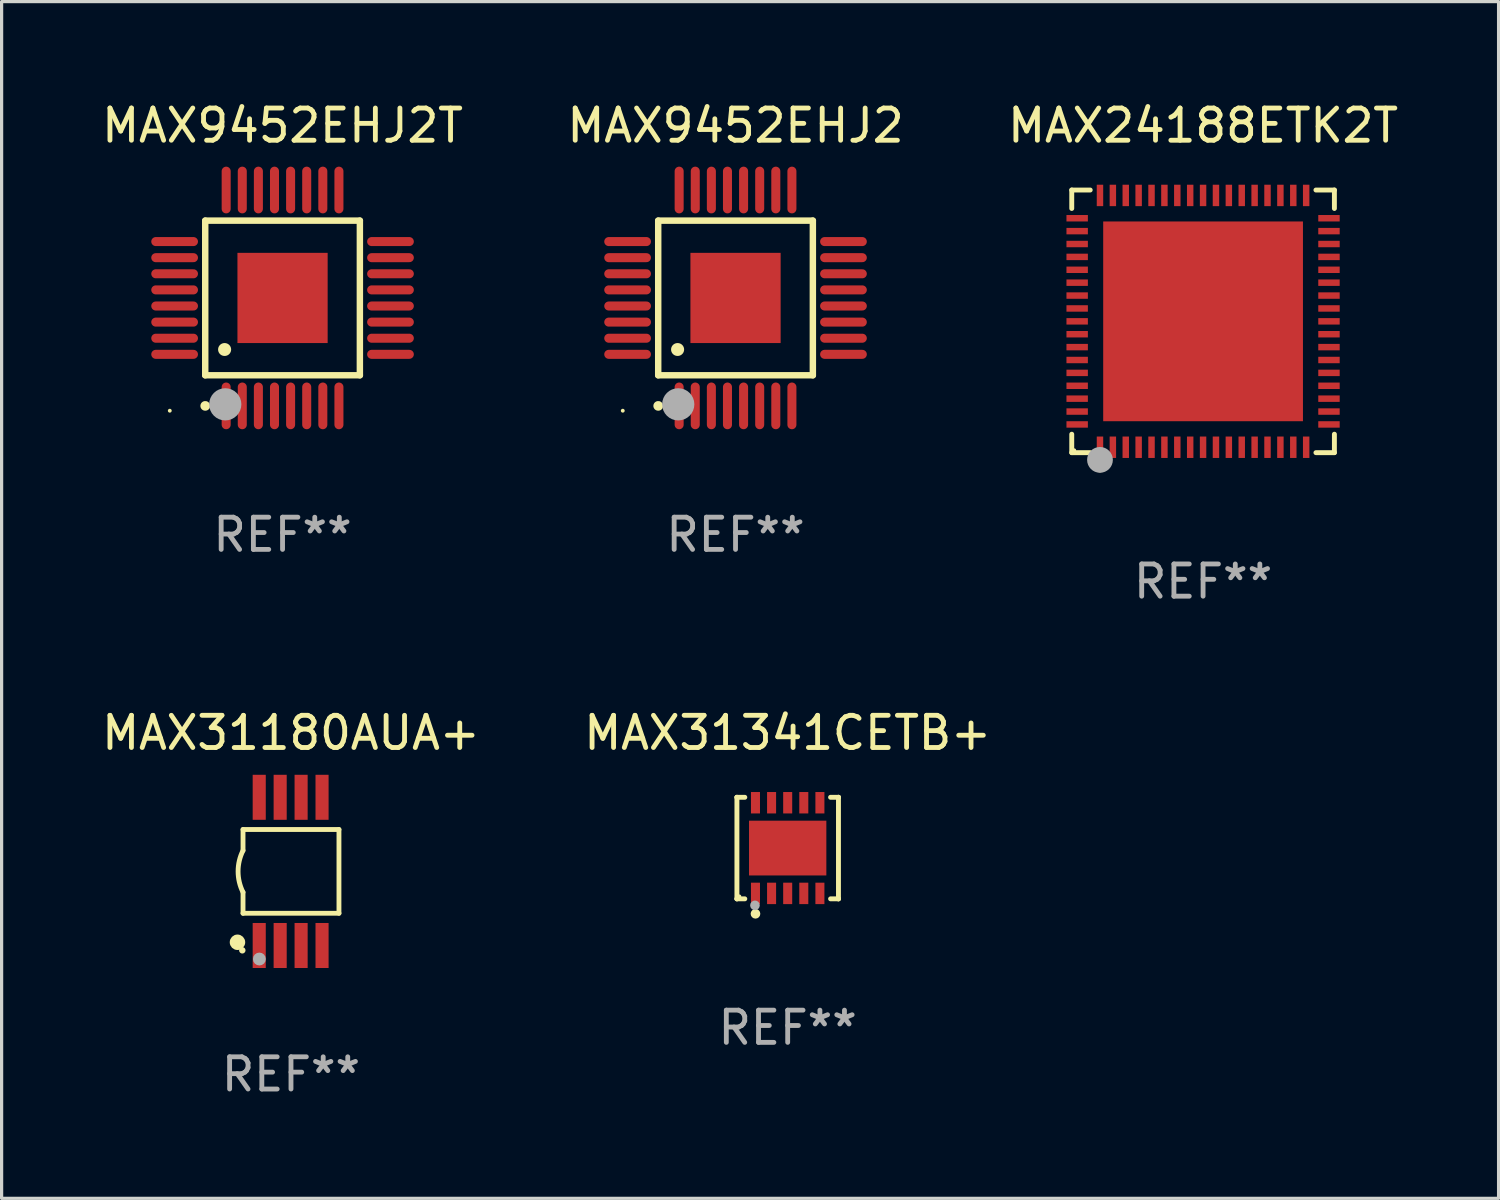
<source format=kicad_pcb>
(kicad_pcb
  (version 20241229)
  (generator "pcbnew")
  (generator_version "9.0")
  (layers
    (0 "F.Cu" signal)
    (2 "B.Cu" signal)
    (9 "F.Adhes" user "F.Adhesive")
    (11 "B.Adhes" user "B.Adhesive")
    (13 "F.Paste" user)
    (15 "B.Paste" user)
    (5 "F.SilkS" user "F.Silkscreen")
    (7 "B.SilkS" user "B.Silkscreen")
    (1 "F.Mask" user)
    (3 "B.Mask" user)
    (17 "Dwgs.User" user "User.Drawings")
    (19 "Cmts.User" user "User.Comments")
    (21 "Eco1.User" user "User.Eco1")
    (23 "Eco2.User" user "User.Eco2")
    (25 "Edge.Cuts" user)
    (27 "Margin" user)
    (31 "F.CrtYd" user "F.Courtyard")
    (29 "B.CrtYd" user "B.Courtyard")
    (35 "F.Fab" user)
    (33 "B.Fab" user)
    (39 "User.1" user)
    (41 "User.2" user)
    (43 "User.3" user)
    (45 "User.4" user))
  (footprint "MAX24188ETK2T"
    (layer "F.Cu")
    (at 34.292 6.924)
    (property "Reference" "MAX24188ETK2T" (at 0 -6.076 0) (layer "F.SilkS") (effects (font (size 1 1) (thickness 0.15))))
    (attr through_hole)
    (fp_line (start -4.076 -4.076) (end -3.503 -4.076) (stroke (width 0.152) (type solid)) (layer "F.SilkS"))
    (fp_line (start -4.076 -3.503) (end -4.076 -4.076) (stroke (width 0.152) (type solid)) (layer "F.SilkS"))
    (fp_line (start -4.076 3.503) (end -4.076 4.076) (stroke (width 0.152) (type solid)) (layer "F.SilkS"))
    (fp_line (start -4.076 4.076) (end -3.503 4.076) (stroke (width 0.152) (type solid)) (layer "F.SilkS"))
    (fp_line (start 4.076 -4.076) (end 3.503 -4.076) (stroke (width 0.152) (type solid)) (layer "F.SilkS"))
    (fp_line (start 4.076 -3.503) (end 4.076 -4.076) (stroke (width 0.152) (type solid)) (layer "F.SilkS"))
    (fp_line (start 4.076 3.503) (end 4.076 4.076) (stroke (width 0.152) (type solid)) (layer "F.SilkS"))
    (fp_line (start 4.076 4.076) (end 3.503 4.076) (stroke (width 0.152) (type solid)) (layer "F.SilkS"))
    (fp_circle (center -4 4) (end -3.97 4) (stroke (width 0.06) (type solid)) (fill no) (layer "F.SilkS"))
    (fp_circle (center -3.2 4.54) (end -3.125 4.54) (stroke (width 0.15) (type solid)) (fill no) (layer "F.SilkS"))
    (fp_circle (center -3.2 4.3) (end -3 4.3) (stroke (width 0.4) (type solid)) (fill no) (layer "F.Fab"))
    (fp_text user "REF**" (at 0 8.076 0) (layer "F.Fab") (effects (font (size 1 1) (thickness 0.15))))
    (pad "1" smd rect (at -3.2 3.908) (size 0.2 0.665) (layers "F.Cu" "F.Mask" "F.Paste"))
    (pad "2" smd rect (at -2.8 3.908) (size 0.2 0.665) (layers "F.Cu" "F.Mask" "F.Paste"))
    (pad "3" smd rect (at -2.4 3.908) (size 0.2 0.665) (layers "F.Cu" "F.Mask" "F.Paste"))
    (pad "4" smd rect (at -2 3.908) (size 0.2 0.665) (layers "F.Cu" "F.Mask" "F.Paste"))
    (pad "5" smd rect (at -1.6 3.908) (size 0.2 0.665) (layers "F.Cu" "F.Mask" "F.Paste"))
    (pad "6" smd rect (at -1.2 3.908) (size 0.2 0.665) (layers "F.Cu" "F.Mask" "F.Paste"))
    (pad "7" smd rect (at -0.8 3.908) (size 0.2 0.665) (layers "F.Cu" "F.Mask" "F.Paste"))
    (pad "8" smd rect (at -0.4 3.908) (size 0.2 0.665) (layers "F.Cu" "F.Mask" "F.Paste"))
    (pad "9" smd rect (at 0 3.908) (size 0.2 0.665) (layers "F.Cu" "F.Mask" "F.Paste"))
    (pad "10" smd rect (at 0.4 3.908) (size 0.2 0.665) (layers "F.Cu" "F.Mask" "F.Paste"))
    (pad "11" smd rect (at 0.8 3.908) (size 0.2 0.665) (layers "F.Cu" "F.Mask" "F.Paste"))
    (pad "12" smd rect (at 1.2 3.908) (size 0.2 0.665) (layers "F.Cu" "F.Mask" "F.Paste"))
    (pad "13" smd rect (at 1.6 3.908) (size 0.2 0.665) (layers "F.Cu" "F.Mask" "F.Paste"))
    (pad "14" smd rect (at 2 3.908) (size 0.2 0.665) (layers "F.Cu" "F.Mask" "F.Paste"))
    (pad "15" smd rect (at 2.4 3.908) (size 0.2 0.665) (layers "F.Cu" "F.Mask" "F.Paste"))
    (pad "16" smd rect (at 2.8 3.908) (size 0.2 0.665) (layers "F.Cu" "F.Mask" "F.Paste"))
    (pad "17" smd rect (at 3.2 3.908) (size 0.2 0.665) (layers "F.Cu" "F.Mask" "F.Paste"))
    (pad "18" smd rect (at 3.908 3.2) (size 0.665 0.2) (layers "F.Cu" "F.Mask" "F.Paste"))
    (pad "19" smd rect (at 3.908 2.8) (size 0.665 0.2) (layers "F.Cu" "F.Mask" "F.Paste"))
    (pad "20" smd rect (at 3.908 2.4) (size 0.665 0.2) (layers "F.Cu" "F.Mask" "F.Paste"))
    (pad "21" smd rect (at 3.908 2) (size 0.665 0.2) (layers "F.Cu" "F.Mask" "F.Paste"))
    (pad "22" smd rect (at 3.908 1.6) (size 0.665 0.2) (layers "F.Cu" "F.Mask" "F.Paste"))
    (pad "23" smd rect (at 3.908 1.2) (size 0.665 0.2) (layers "F.Cu" "F.Mask" "F.Paste"))
    (pad "24" smd rect (at 3.908 0.8) (size 0.665 0.2) (layers "F.Cu" "F.Mask" "F.Paste"))
    (pad "25" smd rect (at 3.908 0.4) (size 0.665 0.2) (layers "F.Cu" "F.Mask" "F.Paste"))
    (pad "26" smd rect (at 3.908 0) (size 0.665 0.2) (layers "F.Cu" "F.Mask" "F.Paste"))
    (pad "27" smd rect (at 3.908 -0.4) (size 0.665 0.2) (layers "F.Cu" "F.Mask" "F.Paste"))
    (pad "28" smd rect (at 3.908 -0.8) (size 0.665 0.2) (layers "F.Cu" "F.Mask" "F.Paste"))
    (pad "29" smd rect (at 3.908 -1.2) (size 0.665 0.2) (layers "F.Cu" "F.Mask" "F.Paste"))
    (pad "30" smd rect (at 3.908 -1.6) (size 0.665 0.2) (layers "F.Cu" "F.Mask" "F.Paste"))
    (pad "31" smd rect (at 3.908 -2) (size 0.665 0.2) (layers "F.Cu" "F.Mask" "F.Paste"))
    (pad "32" smd rect (at 3.908 -2.4) (size 0.665 0.2) (layers "F.Cu" "F.Mask" "F.Paste"))
    (pad "33" smd rect (at 3.908 -2.8) (size 0.665 0.2) (layers "F.Cu" "F.Mask" "F.Paste"))
    (pad "34" smd rect (at 3.908 -3.2) (size 0.665 0.2) (layers "F.Cu" "F.Mask" "F.Paste"))
    (pad "35" smd rect (at 3.2 -3.908) (size 0.2 0.665) (layers "F.Cu" "F.Mask" "F.Paste"))
    (pad "36" smd rect (at 2.8 -3.908) (size 0.2 0.665) (layers "F.Cu" "F.Mask" "F.Paste"))
    (pad "37" smd rect (at 2.4 -3.908) (size 0.2 0.665) (layers "F.Cu" "F.Mask" "F.Paste"))
    (pad "38" smd rect (at 2 -3.908) (size 0.2 0.665) (layers "F.Cu" "F.Mask" "F.Paste"))
    (pad "39" smd rect (at 1.6 -3.908) (size 0.2 0.665) (layers "F.Cu" "F.Mask" "F.Paste"))
    (pad "40" smd rect (at 1.2 -3.908) (size 0.2 0.665) (layers "F.Cu" "F.Mask" "F.Paste"))
    (pad "41" smd rect (at 0.8 -3.908) (size 0.2 0.665) (layers "F.Cu" "F.Mask" "F.Paste"))
    (pad "42" smd rect (at 0.4 -3.908) (size 0.2 0.665) (layers "F.Cu" "F.Mask" "F.Paste"))
    (pad "43" smd rect (at 0 -3.908) (size 0.2 0.665) (layers "F.Cu" "F.Mask" "F.Paste"))
    (pad "44" smd rect (at -0.4 -3.908) (size 0.2 0.665) (layers "F.Cu" "F.Mask" "F.Paste"))
    (pad "45" smd rect (at -0.8 -3.908) (size 0.2 0.665) (layers "F.Cu" "F.Mask" "F.Paste"))
    (pad "46" smd rect (at -1.2 -3.908) (size 0.2 0.665) (layers "F.Cu" "F.Mask" "F.Paste"))
    (pad "47" smd rect (at -1.6 -3.908) (size 0.2 0.665) (layers "F.Cu" "F.Mask" "F.Paste"))
    (pad "48" smd rect (at -2 -3.908) (size 0.2 0.665) (layers "F.Cu" "F.Mask" "F.Paste"))
    (pad "49" smd rect (at -2.4 -3.908) (size 0.2 0.665) (layers "F.Cu" "F.Mask" "F.Paste"))
    (pad "50" smd rect (at -2.8 -3.908) (size 0.2 0.665) (layers "F.Cu" "F.Mask" "F.Paste"))
    (pad "51" smd rect (at -3.2 -3.908) (size 0.2 0.665) (layers "F.Cu" "F.Mask" "F.Paste"))
    (pad "52" smd rect (at -3.908 -3.2) (size 0.665 0.2) (layers "F.Cu" "F.Mask" "F.Paste"))
    (pad "53" smd rect (at -3.908 -2.8) (size 0.665 0.2) (layers "F.Cu" "F.Mask" "F.Paste"))
    (pad "54" smd rect (at -3.908 -2.4) (size 0.665 0.2) (layers "F.Cu" "F.Mask" "F.Paste"))
    (pad "55" smd rect (at -3.908 -2) (size 0.665 0.2) (layers "F.Cu" "F.Mask" "F.Paste"))
    (pad "56" smd rect (at -3.908 -1.6) (size 0.665 0.2) (layers "F.Cu" "F.Mask" "F.Paste"))
    (pad "57" smd rect (at -3.908 -1.2) (size 0.665 0.2) (layers "F.Cu" "F.Mask" "F.Paste"))
    (pad "58" smd rect (at -3.908 -0.8) (size 0.665 0.2) (layers "F.Cu" "F.Mask" "F.Paste"))
    (pad "59" smd rect (at -3.908 -0.4) (size 0.665 0.2) (layers "F.Cu" "F.Mask" "F.Paste"))
    (pad "60" smd rect (at -3.908 0) (size 0.665 0.2) (layers "F.Cu" "F.Mask" "F.Paste"))
    (pad "61" smd rect (at -3.908 0.4) (size 0.665 0.2) (layers "F.Cu" "F.Mask" "F.Paste"))
    (pad "62" smd rect (at -3.908 0.8) (size 0.665 0.2) (layers "F.Cu" "F.Mask" "F.Paste"))
    (pad "63" smd rect (at -3.908 1.2) (size 0.665 0.2) (layers "F.Cu" "F.Mask" "F.Paste"))
    (pad "64" smd rect (at -3.908 1.6) (size 0.665 0.2) (layers "F.Cu" "F.Mask" "F.Paste"))
    (pad "65" smd rect (at -3.908 2) (size 0.665 0.2) (layers "F.Cu" "F.Mask" "F.Paste"))
    (pad "66" smd rect (at -3.908 2.4) (size 0.665 0.2) (layers "F.Cu" "F.Mask" "F.Paste"))
    (pad "67" smd rect (at -3.908 2.8) (size 0.665 0.2) (layers "F.Cu" "F.Mask" "F.Paste"))
    (pad "68" smd rect (at -3.908 3.2) (size 0.665 0.2) (layers "F.Cu" "F.Mask" "F.Paste"))
    (pad "69" smd rect (at 0 0) (size 6.2 6.2) (layers "F.Cu" "F.Mask" "F.Paste")))
  (footprint "MAX31341CETB+"
    (layer "F.Cu")
    (at 21.399 23.273)
    (property "Reference" "MAX31341CETB+" (at 0 -3.576 0) (layer "F.SilkS") (effects (font (size 1 1) (thickness 0.15))))
    (attr through_hole)
    (fp_line (start -1.576 -1.576) (end -1.576 -1.576) (stroke (width 0.152) (type solid)) (layer "F.SilkS"))
    (fp_line (start -1.576 -1.576) (end -1.331 -1.576) (stroke (width 0.152) (type solid)) (layer "F.SilkS"))
    (fp_line (start -1.576 1.576) (end -1.576 -1.576) (stroke (width 0.152) (type solid)) (layer "F.SilkS"))
    (fp_line (start -1.576 1.576) (end -1.576 1.576) (stroke (width 0.152) (type solid)) (layer "F.SilkS"))
    (fp_line (start -1.331 1.576) (end -1.576 1.576) (stroke (width 0.152) (type solid)) (layer "F.SilkS"))
    (fp_line (start 1.331 1.576) (end 1.576 1.576) (stroke (width 0.152) (type solid)) (layer "F.SilkS"))
    (fp_line (start 1.576 -1.576) (end 1.331 -1.576) (stroke (width 0.152) (type solid)) (layer "F.SilkS"))
    (fp_line (start 1.576 -1.576) (end 1.576 -1.576) (stroke (width 0.152) (type solid)) (layer "F.SilkS"))
    (fp_line (start 1.576 1.576) (end 1.576 -1.576) (stroke (width 0.152) (type solid)) (layer "F.SilkS"))
    (fp_line (start 1.576 1.576) (end 1.576 1.576) (stroke (width 0.152) (type solid)) (layer "F.SilkS"))
    (fp_circle (center -1.5 1.5) (end -1.47 1.5) (stroke (width 0.06) (type solid)) (fill no) (layer "F.SilkS"))
    (fp_circle (center -1 2.04) (end -0.925 2.04) (stroke (width 0.15) (type solid)) (fill no) (layer "F.SilkS"))
    (fp_circle (center -1.016 1.778) (end -0.941 1.778) (stroke (width 0.15) (type solid)) (fill no) (layer "F.Fab"))
    (fp_text user "REF**" (at 0 5.576 0) (layer "F.Fab") (effects (font (size 1 1) (thickness 0.15))))
    (pad "1" smd rect (at -1 1.407) (size 0.28 0.665) (layers "F.Cu" "F.Mask" "F.Paste"))
    (pad "2" smd rect (at -0.5 1.407) (size 0.28 0.665) (layers "F.Cu" "F.Mask" "F.Paste"))
    (pad "3" smd rect (at 0 1.407) (size 0.28 0.665) (layers "F.Cu" "F.Mask" "F.Paste"))
    (pad "4" smd rect (at 0.5 1.407) (size 0.28 0.665) (layers "F.Cu" "F.Mask" "F.Paste"))
    (pad "5" smd rect (at 1 1.407) (size 0.28 0.665) (layers "F.Cu" "F.Mask" "F.Paste"))
    (pad "6" smd rect (at 1 -1.407) (size 0.28 0.665) (layers "F.Cu" "F.Mask" "F.Paste"))
    (pad "7" smd rect (at 0.5 -1.407) (size 0.28 0.665) (layers "F.Cu" "F.Mask" "F.Paste"))
    (pad "8" smd rect (at 0 -1.407) (size 0.28 0.665) (layers "F.Cu" "F.Mask" "F.Paste"))
    (pad "9" smd rect (at -0.5 -1.407) (size 0.28 0.665) (layers "F.Cu" "F.Mask" "F.Paste"))
    (pad "10" smd rect (at -1 -1.407) (size 0.28 0.665) (layers "F.Cu" "F.Mask" "F.Paste"))
    (pad "11" smd rect (at 0 0) (size 2.4 1.7) (layers "F.Cu" "F.Mask" "F.Paste")))
  (footprint "MAX9452EHJ2T"
    (layer "F.Cu")
    (at 5.72 6.198)
    (property "Reference" "MAX9452EHJ2T" (at 0 -5.35 0) (layer "F.SilkS") (effects (font (size 1 1) (thickness 0.15))))
    (attr through_hole)
    (fp_line (start -2.4 -2.4) (end -2.4 2.4) (stroke (width 0.2) (type solid)) (layer "F.SilkS"))
    (fp_line (start -2.4 2.4) (end 2.4 2.4) (stroke (width 0.2) (type solid)) (layer "F.SilkS"))
    (fp_line (start 2.4 -2.4) (end -2.4 -2.4) (stroke (width 0.2) (type solid)) (layer "F.SilkS"))
    (fp_line (start 2.4 2.4) (end 2.4 -2.4) (stroke (width 0.2) (type solid)) (layer "F.SilkS"))
    (fp_arc (start -2.400305 3.350267) (mid -2.399035 3.350262) (end -2.397765 3.350267) (stroke (width 0.3) (type solid)) (layer "F.SilkS"))
    (fp_arc (start -1.800864 1.600203) (mid -1.798324 1.600187) (end -1.795784 1.600203) (stroke (width 0.4) (type solid)) (layer "F.SilkS"))
    (fp_circle (center -3.5 3.5) (end -3.47 3.5) (stroke (width 0.06) (type solid)) (fill no) (layer "F.SilkS"))
    (fp_circle (center -1.778 3.302) (end -1.528 3.302) (stroke (width 0.5) (type solid)) (fill no) (layer "F.Fab"))
    (fp_text user "REF**" (at 0 7.35 0) (layer "F.Fab") (effects (font (size 1 1) (thickness 0.15))))
    (pad "1" smd oval (at -1.75 3.35 90) (size 1.45 0.28) (layers "F.Cu" "F.Mask" "F.Paste"))
    (pad "2" smd oval (at -1.25 3.35 90) (size 1.45 0.28) (layers "F.Cu" "F.Mask" "F.Paste"))
    (pad "3" smd oval (at -0.75 3.35 90) (size 1.45 0.28) (layers "F.Cu" "F.Mask" "F.Paste"))
    (pad "4" smd oval (at -0.25 3.35 90) (size 1.45 0.28) (layers "F.Cu" "F.Mask" "F.Paste"))
    (pad "5" smd oval (at 0.25 3.35 90) (size 1.45 0.28) (layers "F.Cu" "F.Mask" "F.Paste"))
    (pad "6" smd oval (at 0.75 3.35 90) (size 1.45 0.28) (layers "F.Cu" "F.Mask" "F.Paste"))
    (pad "7" smd oval (at 1.25 3.35 90) (size 1.45 0.28) (layers "F.Cu" "F.Mask" "F.Paste"))
    (pad "8" smd oval (at 1.75 3.35 90) (size 1.45 0.28) (layers "F.Cu" "F.Mask" "F.Paste"))
    (pad "9" smd oval (at 3.35 1.75 180) (size 1.45 0.28) (layers "F.Cu" "F.Mask" "F.Paste"))
    (pad "10" smd oval (at 3.35 1.25 180) (size 1.45 0.28) (layers "F.Cu" "F.Mask" "F.Paste"))
    (pad "11" smd oval (at 3.35 0.75 180) (size 1.45 0.28) (layers "F.Cu" "F.Mask" "F.Paste"))
    (pad "12" smd oval (at 3.35 0.25 180) (size 1.45 0.28) (layers "F.Cu" "F.Mask" "F.Paste"))
    (pad "13" smd oval (at 3.35 -0.25 180) (size 1.45 0.28) (layers "F.Cu" "F.Mask" "F.Paste"))
    (pad "14" smd oval (at 3.35 -0.75 180) (size 1.45 0.28) (layers "F.Cu" "F.Mask" "F.Paste"))
    (pad "15" smd oval (at 3.35 -1.25 180) (size 1.45 0.28) (layers "F.Cu" "F.Mask" "F.Paste"))
    (pad "16" smd oval (at 3.35 -1.75 180) (size 1.45 0.28) (layers "F.Cu" "F.Mask" "F.Paste"))
    (pad "17" smd oval (at 1.75 -3.35 270) (size 1.45 0.28) (layers "F.Cu" "F.Mask" "F.Paste"))
    (pad "18" smd oval (at 1.25 -3.35 270) (size 1.45 0.28) (layers "F.Cu" "F.Mask" "F.Paste"))
    (pad "19" smd oval (at 0.75 -3.35 270) (size 1.45 0.28) (layers "F.Cu" "F.Mask" "F.Paste"))
    (pad "20" smd oval (at 0.25 -3.35 270) (size 1.45 0.28) (layers "F.Cu" "F.Mask" "F.Paste"))
    (pad "21" smd oval (at -0.25 -3.35 270) (size 1.45 0.28) (layers "F.Cu" "F.Mask" "F.Paste"))
    (pad "22" smd oval (at -0.75 -3.35 270) (size 1.45 0.28) (layers "F.Cu" "F.Mask" "F.Paste"))
    (pad "23" smd oval (at -1.25 -3.35 270) (size 1.45 0.28) (layers "F.Cu" "F.Mask" "F.Paste"))
    (pad "24" smd oval (at -1.75 -3.35 270) (size 1.45 0.28) (layers "F.Cu" "F.Mask" "F.Paste"))
    (pad "25" smd oval (at -3.35 -1.75) (size 1.45 0.28) (layers "F.Cu" "F.Mask" "F.Paste"))
    (pad "26" smd oval (at -3.35 -1.25) (size 1.45 0.28) (layers "F.Cu" "F.Mask" "F.Paste"))
    (pad "27" smd oval (at -3.35 -0.75) (size 1.45 0.28) (layers "F.Cu" "F.Mask" "F.Paste"))
    (pad "28" smd oval (at -3.35 -0.25) (size 1.45 0.28) (layers "F.Cu" "F.Mask" "F.Paste"))
    (pad "29" smd oval (at -3.35 0.25) (size 1.45 0.28) (layers "F.Cu" "F.Mask" "F.Paste"))
    (pad "30" smd oval (at -3.35 0.75) (size 1.45 0.28) (layers "F.Cu" "F.Mask" "F.Paste"))
    (pad "31" smd oval (at -3.35 1.25) (size 1.45 0.28) (layers "F.Cu" "F.Mask" "F.Paste"))
    (pad "32" smd oval (at -3.35 1.75) (size 1.45 0.28) (layers "F.Cu" "F.Mask" "F.Paste"))
    (pad "33" smd rect (at 0 0) (size 2.8 2.8) (layers "F.Cu" "F.Mask" "F.Paste")))
  (footprint "MAX31180AUA+"
    (layer "F.Cu")
    (at 5.982 23.997)
    (property "Reference" "MAX31180AUA+" (at 0 -4.3 0) (layer "F.SilkS") (effects (font (size 1 1) (thickness 0.15))))
    (attr through_hole)
    (fp_line (start -1.489 -1.3) (end -1.489 -0.648) (stroke (width 0.15) (type solid)) (layer "F.SilkS"))
    (fp_line (start -1.489 0.648) (end -1.489 1.3) (stroke (width 0.15) (type solid)) (layer "F.SilkS"))
    (fp_line (start -1.489 1.3) (end 1.489 1.3) (stroke (width 0.15) (type solid)) (layer "F.SilkS"))
    (fp_line (start 1.489 -1.3) (end -1.489 -1.3) (stroke (width 0.15) (type solid)) (layer "F.SilkS"))
    (fp_line (start 1.489 1.3) (end 1.489 -1.3) (stroke (width 0.15) (type solid)) (layer "F.SilkS"))
    (fp_arc (start -1.489205 0.647702) (mid -1.642107 0) (end -1.489205 -0.647701) (stroke (width 0.150013) (type solid)) (layer "F.SilkS"))
    (fp_circle (center -1.661 2.2) (end -1.541 2.2) (stroke (width 0.24) (type solid)) (fill no) (layer "F.SilkS"))
    (fp_circle (center -1.511 2.45) (end -1.461 2.45) (stroke (width 0.1) (type solid)) (fill no) (layer "F.SilkS"))
    (fp_circle (center -0.981 2.72) (end -0.881 2.72) (stroke (width 0.2) (type solid)) (fill no) (layer "F.Fab"))
    (fp_text user "REF**" (at 0 6.3 0) (layer "F.Fab") (effects (font (size 1 1) (thickness 0.15))))
    (pad "1" smd rect (at -0.986 2.3) (size 0.406 1.397) (layers "F.Cu" "F.Mask" "F.Paste"))
    (pad "2" smd rect (at -0.336 2.3) (size 0.406 1.397) (layers "F.Cu" "F.Mask" "F.Paste"))
    (pad "3" smd rect (at 0.314 2.3) (size 0.406 1.397) (layers "F.Cu" "F.Mask" "F.Paste"))
    (pad "4" smd rect (at 0.964 2.3) (size 0.406 1.397) (layers "F.Cu" "F.Mask" "F.Paste"))
    (pad "5" smd rect (at 0.964 -2.3) (size 0.406 1.397) (layers "F.Cu" "F.Mask" "F.Paste"))
    (pad "6" smd rect (at 0.314 -2.3) (size 0.406 1.397) (layers "F.Cu" "F.Mask" "F.Paste"))
    (pad "7" smd rect (at -0.336 -2.3) (size 0.406 1.397) (layers "F.Cu" "F.Mask" "F.Paste"))
    (pad "8" smd rect (at -0.986 -2.3) (size 0.406 1.397) (layers "F.Cu" "F.Mask" "F.Paste")))
  (footprint "MAX9452EHJ2"
    (layer "F.Cu")
    (at 19.78 6.198)
    (property "Reference" "MAX9452EHJ2" (at 0 -5.35 0) (layer "F.SilkS") (effects (font (size 1 1) (thickness 0.15))))
    (attr through_hole)
    (fp_line (start -2.4 -2.4) (end -2.4 2.4) (stroke (width 0.2) (type solid)) (layer "F.SilkS"))
    (fp_line (start -2.4 2.4) (end 2.4 2.4) (stroke (width 0.2) (type solid)) (layer "F.SilkS"))
    (fp_line (start 2.4 -2.4) (end -2.4 -2.4) (stroke (width 0.2) (type solid)) (layer "F.SilkS"))
    (fp_line (start 2.4 2.4) (end 2.4 -2.4) (stroke (width 0.2) (type solid)) (layer "F.SilkS"))
    (fp_arc (start -2.400305 3.350267) (mid -2.399035 3.350262) (end -2.397765 3.350267) (stroke (width 0.3) (type solid)) (layer "F.SilkS"))
    (fp_arc (start -1.800864 1.600203) (mid -1.798324 1.600187) (end -1.795784 1.600203) (stroke (width 0.4) (type solid)) (layer "F.SilkS"))
    (fp_circle (center -3.5 3.5) (end -3.47 3.5) (stroke (width 0.06) (type solid)) (fill no) (layer "F.SilkS"))
    (fp_circle (center -1.778 3.302) (end -1.528 3.302) (stroke (width 0.5) (type solid)) (fill no) (layer "F.Fab"))
    (fp_text user "REF**" (at 0 7.35 0) (layer "F.Fab") (effects (font (size 1 1) (thickness 0.15))))
    (pad "1" smd oval (at -1.75 3.35 90) (size 1.45 0.28) (layers "F.Cu" "F.Mask" "F.Paste"))
    (pad "2" smd oval (at -1.25 3.35 90) (size 1.45 0.28) (layers "F.Cu" "F.Mask" "F.Paste"))
    (pad "3" smd oval (at -0.75 3.35 90) (size 1.45 0.28) (layers "F.Cu" "F.Mask" "F.Paste"))
    (pad "4" smd oval (at -0.25 3.35 90) (size 1.45 0.28) (layers "F.Cu" "F.Mask" "F.Paste"))
    (pad "5" smd oval (at 0.25 3.35 90) (size 1.45 0.28) (layers "F.Cu" "F.Mask" "F.Paste"))
    (pad "6" smd oval (at 0.75 3.35 90) (size 1.45 0.28) (layers "F.Cu" "F.Mask" "F.Paste"))
    (pad "7" smd oval (at 1.25 3.35 90) (size 1.45 0.28) (layers "F.Cu" "F.Mask" "F.Paste"))
    (pad "8" smd oval (at 1.75 3.35 90) (size 1.45 0.28) (layers "F.Cu" "F.Mask" "F.Paste"))
    (pad "9" smd oval (at 3.35 1.75 180) (size 1.45 0.28) (layers "F.Cu" "F.Mask" "F.Paste"))
    (pad "10" smd oval (at 3.35 1.25 180) (size 1.45 0.28) (layers "F.Cu" "F.Mask" "F.Paste"))
    (pad "11" smd oval (at 3.35 0.75 180) (size 1.45 0.28) (layers "F.Cu" "F.Mask" "F.Paste"))
    (pad "12" smd oval (at 3.35 0.25 180) (size 1.45 0.28) (layers "F.Cu" "F.Mask" "F.Paste"))
    (pad "13" smd oval (at 3.35 -0.25 180) (size 1.45 0.28) (layers "F.Cu" "F.Mask" "F.Paste"))
    (pad "14" smd oval (at 3.35 -0.75 180) (size 1.45 0.28) (layers "F.Cu" "F.Mask" "F.Paste"))
    (pad "15" smd oval (at 3.35 -1.25 180) (size 1.45 0.28) (layers "F.Cu" "F.Mask" "F.Paste"))
    (pad "16" smd oval (at 3.35 -1.75 180) (size 1.45 0.28) (layers "F.Cu" "F.Mask" "F.Paste"))
    (pad "17" smd oval (at 1.75 -3.35 270) (size 1.45 0.28) (layers "F.Cu" "F.Mask" "F.Paste"))
    (pad "18" smd oval (at 1.25 -3.35 270) (size 1.45 0.28) (layers "F.Cu" "F.Mask" "F.Paste"))
    (pad "19" smd oval (at 0.75 -3.35 270) (size 1.45 0.28) (layers "F.Cu" "F.Mask" "F.Paste"))
    (pad "20" smd oval (at 0.25 -3.35 270) (size 1.45 0.28) (layers "F.Cu" "F.Mask" "F.Paste"))
    (pad "21" smd oval (at -0.25 -3.35 270) (size 1.45 0.28) (layers "F.Cu" "F.Mask" "F.Paste"))
    (pad "22" smd oval (at -0.75 -3.35 270) (size 1.45 0.28) (layers "F.Cu" "F.Mask" "F.Paste"))
    (pad "23" smd oval (at -1.25 -3.35 270) (size 1.45 0.28) (layers "F.Cu" "F.Mask" "F.Paste"))
    (pad "24" smd oval (at -1.75 -3.35 270) (size 1.45 0.28) (layers "F.Cu" "F.Mask" "F.Paste"))
    (pad "25" smd oval (at -3.35 -1.75) (size 1.45 0.28) (layers "F.Cu" "F.Mask" "F.Paste"))
    (pad "26" smd oval (at -3.35 -1.25) (size 1.45 0.28) (layers "F.Cu" "F.Mask" "F.Paste"))
    (pad "27" smd oval (at -3.35 -0.75) (size 1.45 0.28) (layers "F.Cu" "F.Mask" "F.Paste"))
    (pad "28" smd oval (at -3.35 -0.25) (size 1.45 0.28) (layers "F.Cu" "F.Mask" "F.Paste"))
    (pad "29" smd oval (at -3.35 0.25) (size 1.45 0.28) (layers "F.Cu" "F.Mask" "F.Paste"))
    (pad "30" smd oval (at -3.35 0.75) (size 1.45 0.28) (layers "F.Cu" "F.Mask" "F.Paste"))
    (pad "31" smd oval (at -3.35 1.25) (size 1.45 0.28) (layers "F.Cu" "F.Mask" "F.Paste"))
    (pad "32" smd oval (at -3.35 1.75) (size 1.45 0.28) (layers "F.Cu" "F.Mask" "F.Paste"))
    (pad "33" smd rect (at 0 0) (size 2.8 2.8) (layers "F.Cu" "F.Mask" "F.Paste")))
  (gr_rect
    (start -3 -3)
    (end 43.464 34.145)
    (stroke (width 0.1) (type default))
    (fill no)
    (layer "Edge.Cuts")))
</source>
